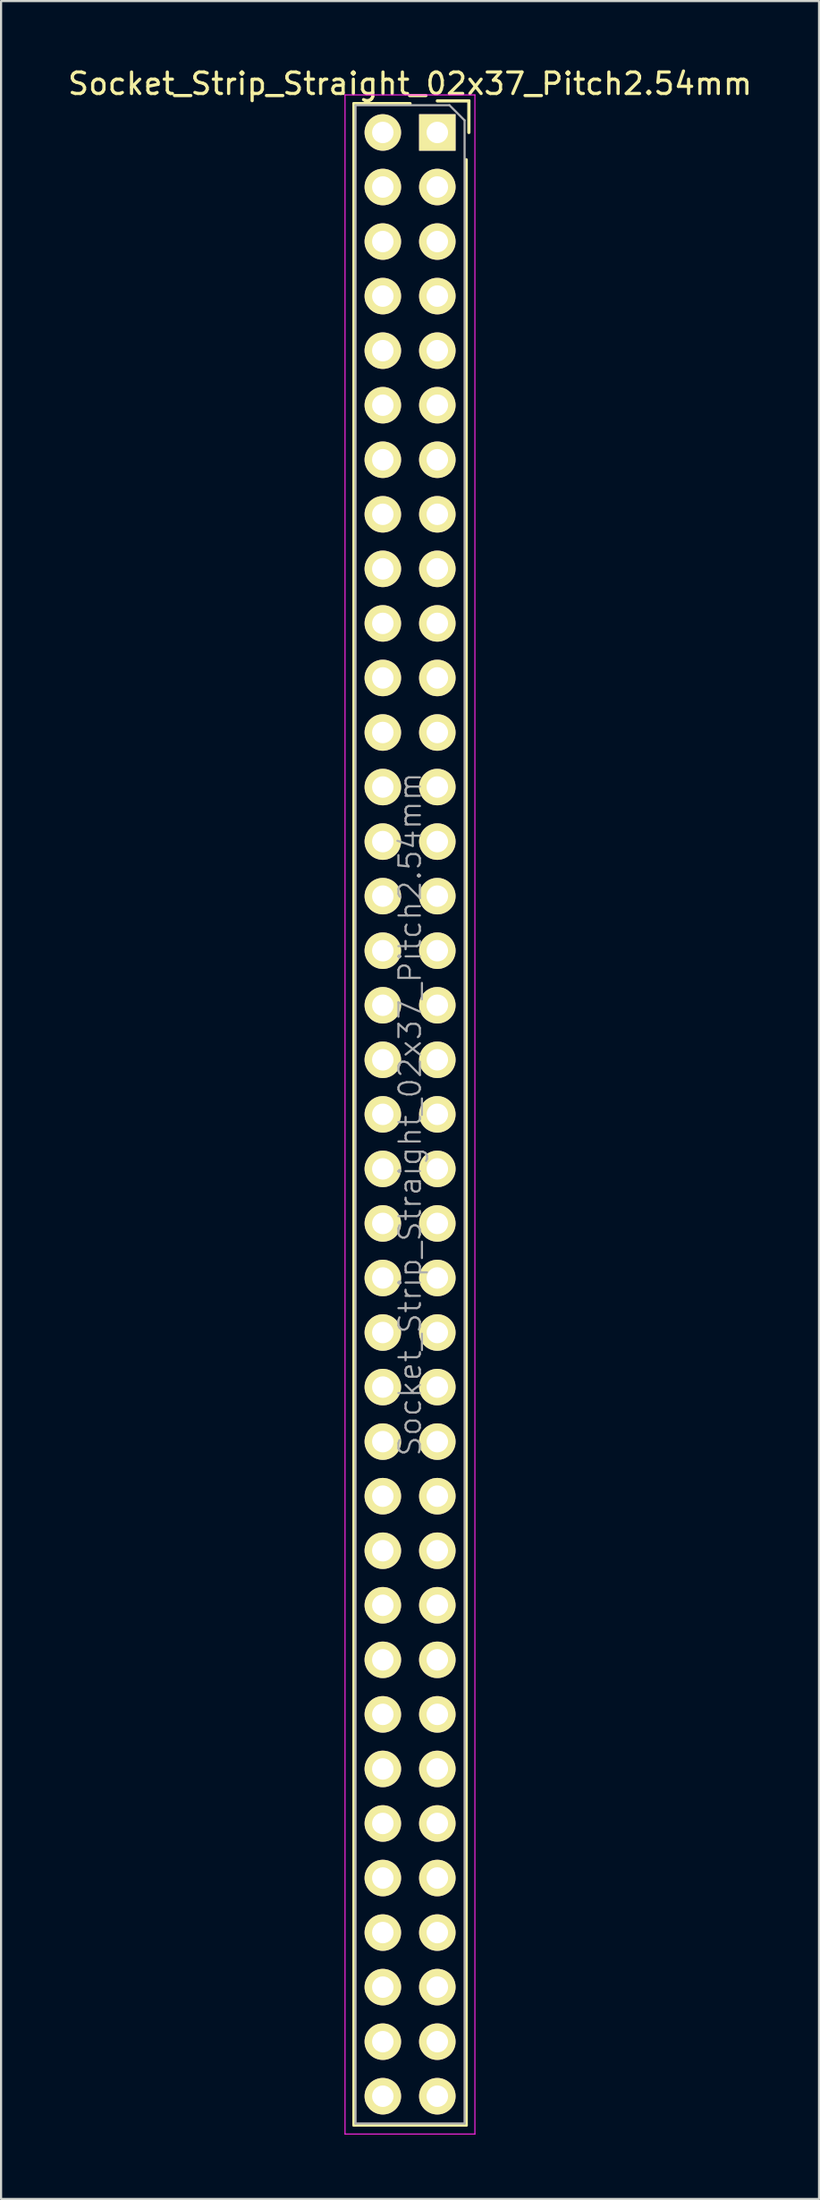
<source format=kicad_pcb>
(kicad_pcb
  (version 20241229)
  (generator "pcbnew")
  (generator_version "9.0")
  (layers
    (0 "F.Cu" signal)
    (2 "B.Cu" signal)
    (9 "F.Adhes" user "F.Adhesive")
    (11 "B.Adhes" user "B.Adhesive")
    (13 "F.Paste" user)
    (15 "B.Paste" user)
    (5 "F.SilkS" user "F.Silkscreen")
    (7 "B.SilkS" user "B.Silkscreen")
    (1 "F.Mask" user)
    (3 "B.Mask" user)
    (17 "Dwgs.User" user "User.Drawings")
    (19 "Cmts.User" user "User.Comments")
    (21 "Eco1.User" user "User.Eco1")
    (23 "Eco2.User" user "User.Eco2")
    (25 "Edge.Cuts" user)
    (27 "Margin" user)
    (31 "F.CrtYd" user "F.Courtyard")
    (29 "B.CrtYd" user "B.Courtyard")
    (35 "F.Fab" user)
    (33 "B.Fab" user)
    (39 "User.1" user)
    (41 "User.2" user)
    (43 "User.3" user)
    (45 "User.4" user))
  (footprint "Socket_Strip_Straight_02x37_Pitch2.54mm"
    (layer "F.Cu")
    (at 17.324 3.118)
    (property "Reference" "Socket_Strip_Straight_02x37_Pitch2.54mm" (at -1.27 -2.27 0) (layer "F.SilkS") (effects (font (size 1 1) (thickness 0.15))))
    (attr smd)
    (fp_line (start -3.885 -1.345) (end -3.885 92.785) (stroke (width 0.15) (type solid)) (layer "F.SilkS"))
    (fp_line (start -1.27 -1.345) (end -3.885 -1.345) (stroke (width 0.15) (type solid)) (layer "F.SilkS"))
    (fp_line (start 1.345 1.27) (end 1.345 92.785) (stroke (width 0.15) (type solid)) (layer "F.SilkS"))
    (fp_line (start 1.345 92.785) (end -3.885 92.785) (stroke (width 0.15) (type solid)) (layer "F.SilkS"))
    (fp_line (start 1.47 -1.47) (end 0 -1.47) (stroke (width 0.15) (type solid)) (layer "F.SilkS"))
    (fp_line (start 1.47 -1.47) (end 1.47 0) (stroke (width 0.15) (type solid)) (layer "F.SilkS"))
    (fp_line (start -4.3 -1.75) (end -4.3 93.2) (stroke (width 0.05) (type solid)) (layer "F.CrtYd"))
    (fp_line (start 1.75 -1.75) (end -4.3 -1.75) (stroke (width 0.05) (type solid)) (layer "F.CrtYd"))
    (fp_line (start 1.75 -1.75) (end 1.75 93.2) (stroke (width 0.05) (type solid)) (layer "F.CrtYd"))
    (fp_line (start 1.75 93.2) (end -4.3 93.2) (stroke (width 0.05) (type solid)) (layer "F.CrtYd"))
    (fp_line (start -3.81 -1.27) (end 0.563 -1.27) (stroke (width 0.1) (type solid)) (layer "F.Fab"))
    (fp_line (start -3.81 92.71) (end -3.81 -1.27) (stroke (width 0.1) (type solid)) (layer "F.Fab"))
    (fp_line (start -3.81 92.71) (end 1.27 92.71) (stroke (width 0.1) (type solid)) (layer "F.Fab"))
    (fp_line (start 1.27 -0.563) (end 0.563 -1.27) (stroke (width 0.1) (type solid)) (layer "F.Fab"))
    (fp_line (start 1.27 92.71) (end 1.27 -0.563) (stroke (width 0.1) (type solid)) (layer "F.Fab"))
    (fp_text user "${REFERENCE}" (at -1.27 45.72 90) (layer "F.Fab") (effects (font (size 1 1) (thickness 0.1))))
    (pad "1" thru_hole rect (at 0 0) (size 1.7 1.7) (drill 1) (layers "*.Cu" "*.Mask" "F.SilkS"))
    (pad "2" thru_hole oval (at -2.54 0) (size 1.7 1.7) (drill 1) (layers "*.Cu" "*.Mask" "F.SilkS"))
    (pad "3" thru_hole oval (at 0 2.54) (size 1.7 1.7) (drill 1) (layers "*.Cu" "*.Mask" "F.SilkS"))
    (pad "4" thru_hole oval (at -2.54 2.54) (size 1.7 1.7) (drill 1) (layers "*.Cu" "*.Mask" "F.SilkS"))
    (pad "5" thru_hole oval (at 0 5.08) (size 1.7 1.7) (drill 1) (layers "*.Cu" "*.Mask" "F.SilkS"))
    (pad "6" thru_hole oval (at -2.54 5.08) (size 1.7 1.7) (drill 1) (layers "*.Cu" "*.Mask" "F.SilkS"))
    (pad "7" thru_hole oval (at 0 7.62) (size 1.7 1.7) (drill 1) (layers "*.Cu" "*.Mask" "F.SilkS"))
    (pad "8" thru_hole oval (at -2.54 7.62) (size 1.7 1.7) (drill 1) (layers "*.Cu" "*.Mask" "F.SilkS"))
    (pad "9" thru_hole oval (at 0 10.16) (size 1.7 1.7) (drill 1) (layers "*.Cu" "*.Mask" "F.SilkS"))
    (pad "10" thru_hole oval (at -2.54 10.16) (size 1.7 1.7) (drill 1) (layers "*.Cu" "*.Mask" "F.SilkS"))
    (pad "11" thru_hole oval (at 0 12.7) (size 1.7 1.7) (drill 1) (layers "*.Cu" "*.Mask" "F.SilkS"))
    (pad "12" thru_hole oval (at -2.54 12.7) (size 1.7 1.7) (drill 1) (layers "*.Cu" "*.Mask" "F.SilkS"))
    (pad "13" thru_hole oval (at 0 15.24) (size 1.7 1.7) (drill 1) (layers "*.Cu" "*.Mask" "F.SilkS"))
    (pad "14" thru_hole oval (at -2.54 15.24) (size 1.7 1.7) (drill 1) (layers "*.Cu" "*.Mask" "F.SilkS"))
    (pad "15" thru_hole oval (at 0 17.78) (size 1.7 1.7) (drill 1) (layers "*.Cu" "*.Mask" "F.SilkS"))
    (pad "16" thru_hole oval (at -2.54 17.78) (size 1.7 1.7) (drill 1) (layers "*.Cu" "*.Mask" "F.SilkS"))
    (pad "17" thru_hole oval (at 0 20.32) (size 1.7 1.7) (drill 1) (layers "*.Cu" "*.Mask" "F.SilkS"))
    (pad "18" thru_hole oval (at -2.54 20.32) (size 1.7 1.7) (drill 1) (layers "*.Cu" "*.Mask" "F.SilkS"))
    (pad "19" thru_hole oval (at 0 22.86) (size 1.7 1.7) (drill 1) (layers "*.Cu" "*.Mask" "F.SilkS"))
    (pad "20" thru_hole oval (at -2.54 22.86) (size 1.7 1.7) (drill 1) (layers "*.Cu" "*.Mask" "F.SilkS"))
    (pad "21" thru_hole oval (at 0 25.4) (size 1.7 1.7) (drill 1) (layers "*.Cu" "*.Mask" "F.SilkS"))
    (pad "22" thru_hole oval (at -2.54 25.4) (size 1.7 1.7) (drill 1) (layers "*.Cu" "*.Mask" "F.SilkS"))
    (pad "23" thru_hole oval (at 0 27.94) (size 1.7 1.7) (drill 1) (layers "*.Cu" "*.Mask" "F.SilkS"))
    (pad "24" thru_hole oval (at -2.54 27.94) (size 1.7 1.7) (drill 1) (layers "*.Cu" "*.Mask" "F.SilkS"))
    (pad "25" thru_hole oval (at 0 30.48) (size 1.7 1.7) (drill 1) (layers "*.Cu" "*.Mask" "F.SilkS"))
    (pad "26" thru_hole oval (at -2.54 30.48) (size 1.7 1.7) (drill 1) (layers "*.Cu" "*.Mask" "F.SilkS"))
    (pad "27" thru_hole oval (at 0 33.02) (size 1.7 1.7) (drill 1) (layers "*.Cu" "*.Mask" "F.SilkS"))
    (pad "28" thru_hole oval (at -2.54 33.02) (size 1.7 1.7) (drill 1) (layers "*.Cu" "*.Mask" "F.SilkS"))
    (pad "29" thru_hole oval (at 0 35.56) (size 1.7 1.7) (drill 1) (layers "*.Cu" "*.Mask" "F.SilkS"))
    (pad "30" thru_hole oval (at -2.54 35.56) (size 1.7 1.7) (drill 1) (layers "*.Cu" "*.Mask" "F.SilkS"))
    (pad "31" thru_hole oval (at 0 38.1) (size 1.7 1.7) (drill 1) (layers "*.Cu" "*.Mask" "F.SilkS"))
    (pad "32" thru_hole oval (at -2.54 38.1) (size 1.7 1.7) (drill 1) (layers "*.Cu" "*.Mask" "F.SilkS"))
    (pad "33" thru_hole oval (at 0 40.64) (size 1.7 1.7) (drill 1) (layers "*.Cu" "*.Mask" "F.SilkS"))
    (pad "34" thru_hole oval (at -2.54 40.64) (size 1.7 1.7) (drill 1) (layers "*.Cu" "*.Mask" "F.SilkS"))
    (pad "35" thru_hole oval (at 0 43.18) (size 1.7 1.7) (drill 1) (layers "*.Cu" "*.Mask" "F.SilkS"))
    (pad "36" thru_hole oval (at -2.54 43.18) (size 1.7 1.7) (drill 1) (layers "*.Cu" "*.Mask" "F.SilkS"))
    (pad "37" thru_hole oval (at 0 45.72) (size 1.7 1.7) (drill 1) (layers "*.Cu" "*.Mask" "F.SilkS"))
    (pad "38" thru_hole oval (at -2.54 45.72) (size 1.7 1.7) (drill 1) (layers "*.Cu" "*.Mask" "F.SilkS"))
    (pad "39" thru_hole oval (at 0 48.26) (size 1.7 1.7) (drill 1) (layers "*.Cu" "*.Mask" "F.SilkS"))
    (pad "40" thru_hole oval (at -2.54 48.26) (size 1.7 1.7) (drill 1) (layers "*.Cu" "*.Mask" "F.SilkS"))
    (pad "41" thru_hole oval (at 0 50.8) (size 1.7 1.7) (drill 1) (layers "*.Cu" "*.Mask" "F.SilkS"))
    (pad "42" thru_hole oval (at -2.54 50.8) (size 1.7 1.7) (drill 1) (layers "*.Cu" "*.Mask" "F.SilkS"))
    (pad "43" thru_hole oval (at 0 53.34) (size 1.7 1.7) (drill 1) (layers "*.Cu" "*.Mask" "F.SilkS"))
    (pad "44" thru_hole oval (at -2.54 53.34) (size 1.7 1.7) (drill 1) (layers "*.Cu" "*.Mask" "F.SilkS"))
    (pad "45" thru_hole oval (at 0 55.88) (size 1.7 1.7) (drill 1) (layers "*.Cu" "*.Mask" "F.SilkS"))
    (pad "46" thru_hole oval (at -2.54 55.88) (size 1.7 1.7) (drill 1) (layers "*.Cu" "*.Mask" "F.SilkS"))
    (pad "47" thru_hole oval (at 0 58.42) (size 1.7 1.7) (drill 1) (layers "*.Cu" "*.Mask" "F.SilkS"))
    (pad "48" thru_hole oval (at -2.54 58.42) (size 1.7 1.7) (drill 1) (layers "*.Cu" "*.Mask" "F.SilkS"))
    (pad "49" thru_hole oval (at 0 60.96) (size 1.7 1.7) (drill 1) (layers "*.Cu" "*.Mask" "F.SilkS"))
    (pad "50" thru_hole oval (at -2.54 60.96) (size 1.7 1.7) (drill 1) (layers "*.Cu" "*.Mask" "F.SilkS"))
    (pad "51" thru_hole oval (at 0 63.5) (size 1.7 1.7) (drill 1) (layers "*.Cu" "*.Mask" "F.SilkS"))
    (pad "52" thru_hole oval (at -2.54 63.5) (size 1.7 1.7) (drill 1) (layers "*.Cu" "*.Mask" "F.SilkS"))
    (pad "53" thru_hole oval (at 0 66.04) (size 1.7 1.7) (drill 1) (layers "*.Cu" "*.Mask" "F.SilkS"))
    (pad "54" thru_hole oval (at -2.54 66.04) (size 1.7 1.7) (drill 1) (layers "*.Cu" "*.Mask" "F.SilkS"))
    (pad "55" thru_hole oval (at 0 68.58) (size 1.7 1.7) (drill 1) (layers "*.Cu" "*.Mask" "F.SilkS"))
    (pad "56" thru_hole oval (at -2.54 68.58) (size 1.7 1.7) (drill 1) (layers "*.Cu" "*.Mask" "F.SilkS"))
    (pad "57" thru_hole oval (at 0 71.12) (size 1.7 1.7) (drill 1) (layers "*.Cu" "*.Mask" "F.SilkS"))
    (pad "58" thru_hole oval (at -2.54 71.12) (size 1.7 1.7) (drill 1) (layers "*.Cu" "*.Mask" "F.SilkS"))
    (pad "59" thru_hole oval (at 0 73.66) (size 1.7 1.7) (drill 1) (layers "*.Cu" "*.Mask" "F.SilkS"))
    (pad "60" thru_hole oval (at -2.54 73.66) (size 1.7 1.7) (drill 1) (layers "*.Cu" "*.Mask" "F.SilkS"))
    (pad "61" thru_hole oval (at 0 76.2) (size 1.7 1.7) (drill 1) (layers "*.Cu" "*.Mask" "F.SilkS"))
    (pad "62" thru_hole oval (at -2.54 76.2) (size 1.7 1.7) (drill 1) (layers "*.Cu" "*.Mask" "F.SilkS"))
    (pad "63" thru_hole oval (at 0 78.74) (size 1.7 1.7) (drill 1) (layers "*.Cu" "*.Mask" "F.SilkS"))
    (pad "64" thru_hole oval (at -2.54 78.74) (size 1.7 1.7) (drill 1) (layers "*.Cu" "*.Mask" "F.SilkS"))
    (pad "65" thru_hole oval (at 0 81.28) (size 1.7 1.7) (drill 1) (layers "*.Cu" "*.Mask" "F.SilkS"))
    (pad "66" thru_hole oval (at -2.54 81.28) (size 1.7 1.7) (drill 1) (layers "*.Cu" "*.Mask" "F.SilkS"))
    (pad "67" thru_hole oval (at 0 83.82) (size 1.7 1.7) (drill 1) (layers "*.Cu" "*.Mask" "F.SilkS"))
    (pad "68" thru_hole oval (at -2.54 83.82) (size 1.7 1.7) (drill 1) (layers "*.Cu" "*.Mask" "F.SilkS"))
    (pad "69" thru_hole oval (at 0 86.36) (size 1.7 1.7) (drill 1) (layers "*.Cu" "*.Mask" "F.SilkS"))
    (pad "70" thru_hole oval (at -2.54 86.36) (size 1.7 1.7) (drill 1) (layers "*.Cu" "*.Mask" "F.SilkS"))
    (pad "71" thru_hole oval (at 0 88.9) (size 1.7 1.7) (drill 1) (layers "*.Cu" "*.Mask" "F.SilkS"))
    (pad "72" thru_hole oval (at -2.54 88.9) (size 1.7 1.7) (drill 1) (layers "*.Cu" "*.Mask" "F.SilkS"))
    (pad "73" thru_hole oval (at 0 91.44) (size 1.7 1.7) (drill 1) (layers "*.Cu" "*.Mask" "F.SilkS"))
    (pad "74" thru_hole oval (at -2.54 91.44) (size 1.7 1.7) (drill 1) (layers "*.Cu" "*.Mask" "F.SilkS")))
  (gr_rect
    (start -3 -3)
    (end 35.107 99.343)
    (stroke (width 0.1) (type default))
    (fill no)
    (layer "Edge.Cuts")))
</source>
